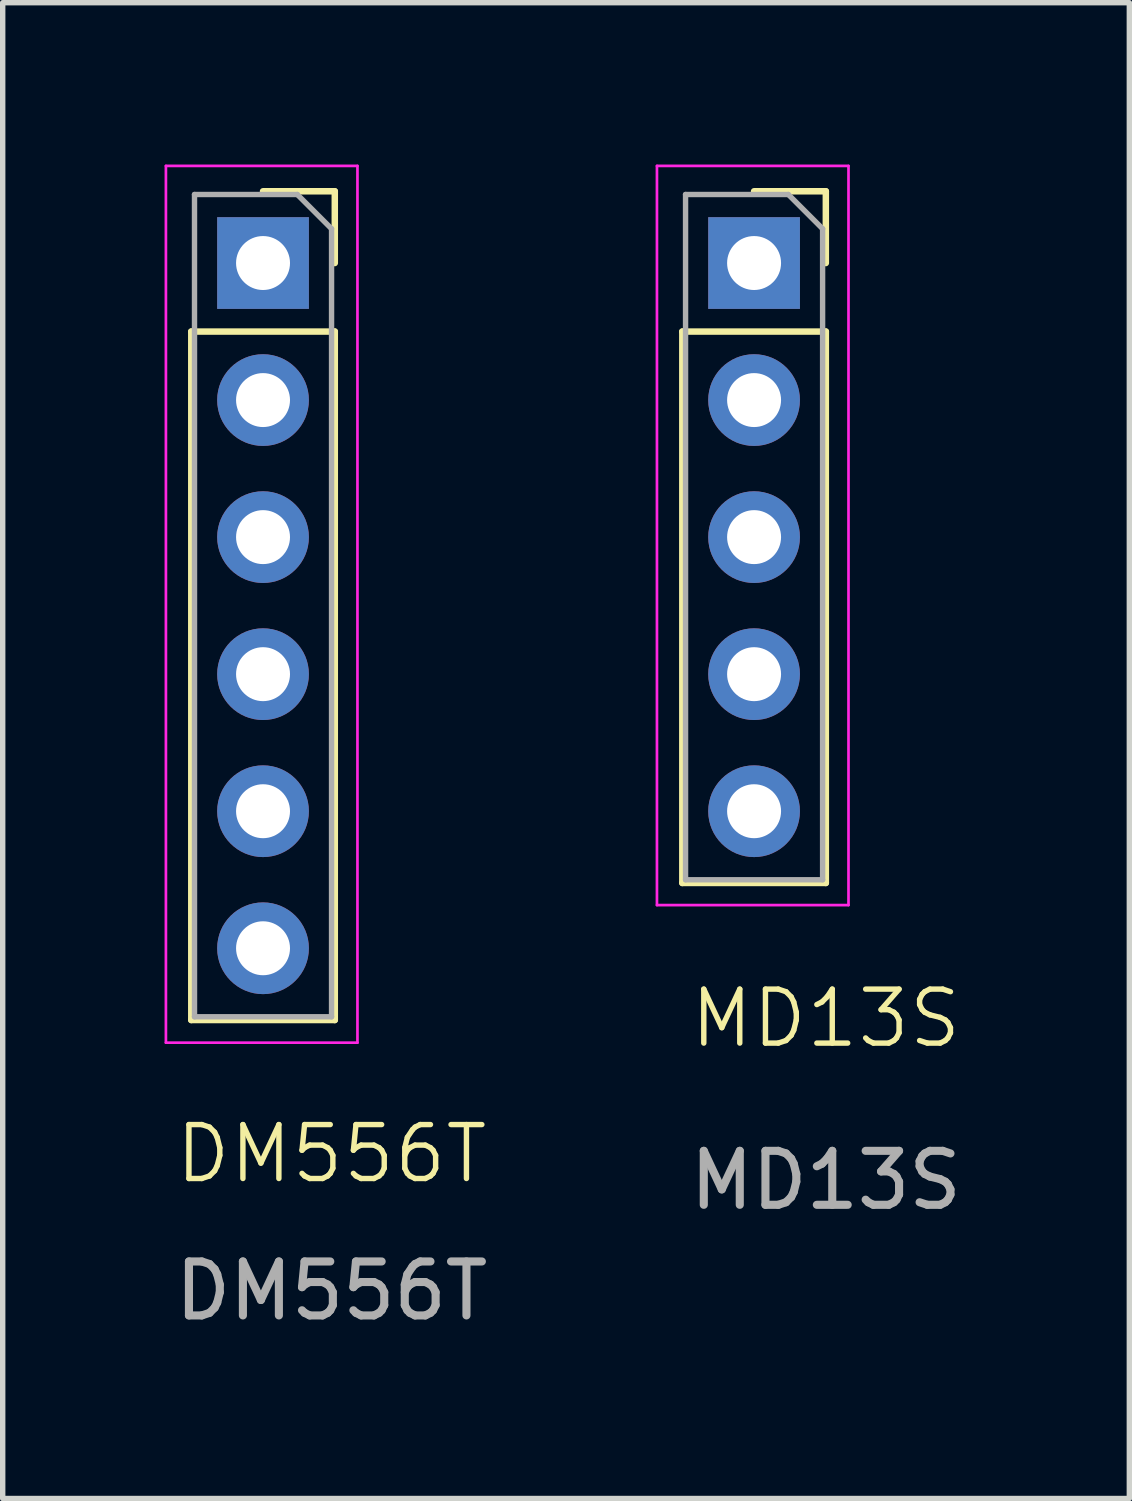
<source format=kicad_pcb>
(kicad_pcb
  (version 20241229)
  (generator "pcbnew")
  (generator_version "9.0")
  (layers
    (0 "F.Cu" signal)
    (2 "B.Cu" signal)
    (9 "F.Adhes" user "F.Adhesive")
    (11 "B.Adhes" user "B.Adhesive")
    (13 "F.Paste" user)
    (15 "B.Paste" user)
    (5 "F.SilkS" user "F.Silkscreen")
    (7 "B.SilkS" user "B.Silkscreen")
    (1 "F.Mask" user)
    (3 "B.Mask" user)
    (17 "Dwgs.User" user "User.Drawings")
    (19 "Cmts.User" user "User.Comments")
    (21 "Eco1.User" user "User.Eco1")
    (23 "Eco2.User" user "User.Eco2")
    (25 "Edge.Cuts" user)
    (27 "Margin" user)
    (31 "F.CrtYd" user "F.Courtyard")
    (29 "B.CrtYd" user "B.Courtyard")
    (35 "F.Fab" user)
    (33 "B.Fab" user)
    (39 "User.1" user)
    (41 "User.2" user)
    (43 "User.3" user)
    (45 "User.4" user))
  (footprint "MD13S"
    (layer "F.Cu")
    (at 9.716 8.205)
    (property "Reference" "MD13S" (at 2.54 7.62 0) (unlocked yes) (layer "F.SilkS") (effects (font (size 1 1) (thickness 0.1))))
    (attr through_hole)
    (fp_line (start -0.12 -5.11) (end -0.12 5.11) (stroke (width 0.12) (type solid)) (layer "F.SilkS"))
    (fp_line (start -0.12 -5.11) (end 2.54 -5.11) (stroke (width 0.12) (type solid)) (layer "F.SilkS"))
    (fp_line (start -0.12 5.11) (end 2.54 5.11) (stroke (width 0.12) (type solid)) (layer "F.SilkS"))
    (fp_line (start 1.21 -7.71) (end 2.54 -7.71) (stroke (width 0.12) (type solid)) (layer "F.SilkS"))
    (fp_line (start 2.54 -7.71) (end 2.54 -6.38) (stroke (width 0.12) (type solid)) (layer "F.SilkS"))
    (fp_line (start 2.54 -5.11) (end 2.54 5.11) (stroke (width 0.12) (type solid)) (layer "F.SilkS"))
    (fp_line (start -0.59 -8.18) (end 2.96 -8.18) (stroke (width 0.05) (type solid)) (layer "F.CrtYd"))
    (fp_line (start -0.59 5.52) (end -0.59 -8.18) (stroke (width 0.05) (type solid)) (layer "F.CrtYd"))
    (fp_line (start 2.96 -8.18) (end 2.96 5.52) (stroke (width 0.05) (type solid)) (layer "F.CrtYd"))
    (fp_line (start 2.96 5.52) (end -0.59 5.52) (stroke (width 0.05) (type solid)) (layer "F.CrtYd"))
    (fp_line (start -0.06 -7.65) (end 1.845 -7.65) (stroke (width 0.1) (type solid)) (layer "F.Fab"))
    (fp_line (start -0.06 5.05) (end -0.06 -7.65) (stroke (width 0.1) (type solid)) (layer "F.Fab"))
    (fp_line (start 1.845 -7.65) (end 2.48 -7.015) (stroke (width 0.1) (type solid)) (layer "F.Fab"))
    (fp_line (start 2.48 -7.015) (end 2.48 5.05) (stroke (width 0.1) (type solid)) (layer "F.Fab"))
    (fp_line (start 2.48 5.05) (end -0.06 5.05) (stroke (width 0.1) (type solid)) (layer "F.Fab"))
    (fp_text user "${REFERENCE}" (at 2.54 10.62 0) (unlocked yes) (layer "F.Fab") (effects (font (size 1 1) (thickness 0.15))))
    (pad "1" thru_hole rect (at 1.21 -6.38) (size 1.7 1.7) (drill 1) (layers "*.Cu" "*.Mask"))
    (pad "2" thru_hole oval (at 1.21 -3.84) (size 1.7 1.7) (drill 1) (layers "*.Cu" "*.Mask"))
    (pad "3" thru_hole oval (at 1.21 -1.3) (size 1.7 1.7) (drill 1) (layers "*.Cu" "*.Mask"))
    (pad "4" thru_hole oval (at 1.21 1.24) (size 1.7 1.7) (drill 1) (layers "*.Cu" "*.Mask"))
    (pad "5" thru_hole oval (at 1.21 3.78) (size 1.7 1.7) (drill 1) (layers "*.Cu" "*.Mask")))
  (footprint "DM556T"
    (layer "F.Cu")
    (at 0.555 8.175)
    (property "Reference" "DM556T" (at 2.54 10.16 0) (unlocked yes) (layer "F.SilkS") (effects (font (size 1 1) (thickness 0.1))))
    (attr through_hole)
    (fp_line (start -0.06 -5.08) (end -0.06 7.68) (stroke (width 0.12) (type solid)) (layer "F.SilkS"))
    (fp_line (start -0.06 -5.08) (end 2.6 -5.08) (stroke (width 0.12) (type solid)) (layer "F.SilkS"))
    (fp_line (start -0.06 7.68) (end 2.6 7.68) (stroke (width 0.12) (type solid)) (layer "F.SilkS"))
    (fp_line (start 1.27 -7.68) (end 2.6 -7.68) (stroke (width 0.12) (type solid)) (layer "F.SilkS"))
    (fp_line (start 2.6 -7.68) (end 2.6 -6.35) (stroke (width 0.12) (type solid)) (layer "F.SilkS"))
    (fp_line (start 2.6 -5.08) (end 2.6 7.68) (stroke (width 0.12) (type solid)) (layer "F.SilkS"))
    (fp_line (start -0.53 -8.15) (end 3.02 -8.15) (stroke (width 0.05) (type solid)) (layer "F.CrtYd"))
    (fp_line (start -0.53 8.1) (end -0.53 -8.15) (stroke (width 0.05) (type solid)) (layer "F.CrtYd"))
    (fp_line (start 3.02 -8.15) (end 3.02 8.1) (stroke (width 0.05) (type solid)) (layer "F.CrtYd"))
    (fp_line (start 3.02 8.1) (end -0.53 8.1) (stroke (width 0.05) (type solid)) (layer "F.CrtYd"))
    (fp_line (start 0 -7.62) (end 1.905 -7.62) (stroke (width 0.1) (type solid)) (layer "F.Fab"))
    (fp_line (start 0 7.62) (end 0 -7.62) (stroke (width 0.1) (type solid)) (layer "F.Fab"))
    (fp_line (start 1.905 -7.62) (end 2.54 -6.985) (stroke (width 0.1) (type solid)) (layer "F.Fab"))
    (fp_line (start 2.54 -6.985) (end 2.54 7.62) (stroke (width 0.1) (type solid)) (layer "F.Fab"))
    (fp_line (start 2.54 7.62) (end 0 7.62) (stroke (width 0.1) (type solid)) (layer "F.Fab"))
    (fp_text user "${REFERENCE}" (at 2.54 12.7 0) (unlocked yes) (layer "F.Fab") (effects (font (size 1 1) (thickness 0.15))))
    (pad "1" thru_hole rect (at 1.27 -6.35) (size 1.7 1.7) (drill 1) (layers "*.Cu" "*.Mask"))
    (pad "2" thru_hole oval (at 1.27 -3.81) (size 1.7 1.7) (drill 1) (layers "*.Cu" "*.Mask"))
    (pad "3" thru_hole oval (at 1.27 -1.27) (size 1.7 1.7) (drill 1) (layers "*.Cu" "*.Mask"))
    (pad "4" thru_hole oval (at 1.27 1.27) (size 1.7 1.7) (drill 1) (layers "*.Cu" "*.Mask"))
    (pad "5" thru_hole oval (at 1.27 3.81) (size 1.7 1.7) (drill 1) (layers "*.Cu" "*.Mask"))
    (pad "6" thru_hole oval (at 1.27 6.35) (size 1.7 1.7) (drill 1) (layers "*.Cu" "*.Mask")))
  (gr_rect
    (start -3 -3)
    (end 17.881 24.723)
    (stroke (width 0.1) (type default))
    (fill no)
    (layer "Edge.Cuts")))
</source>
